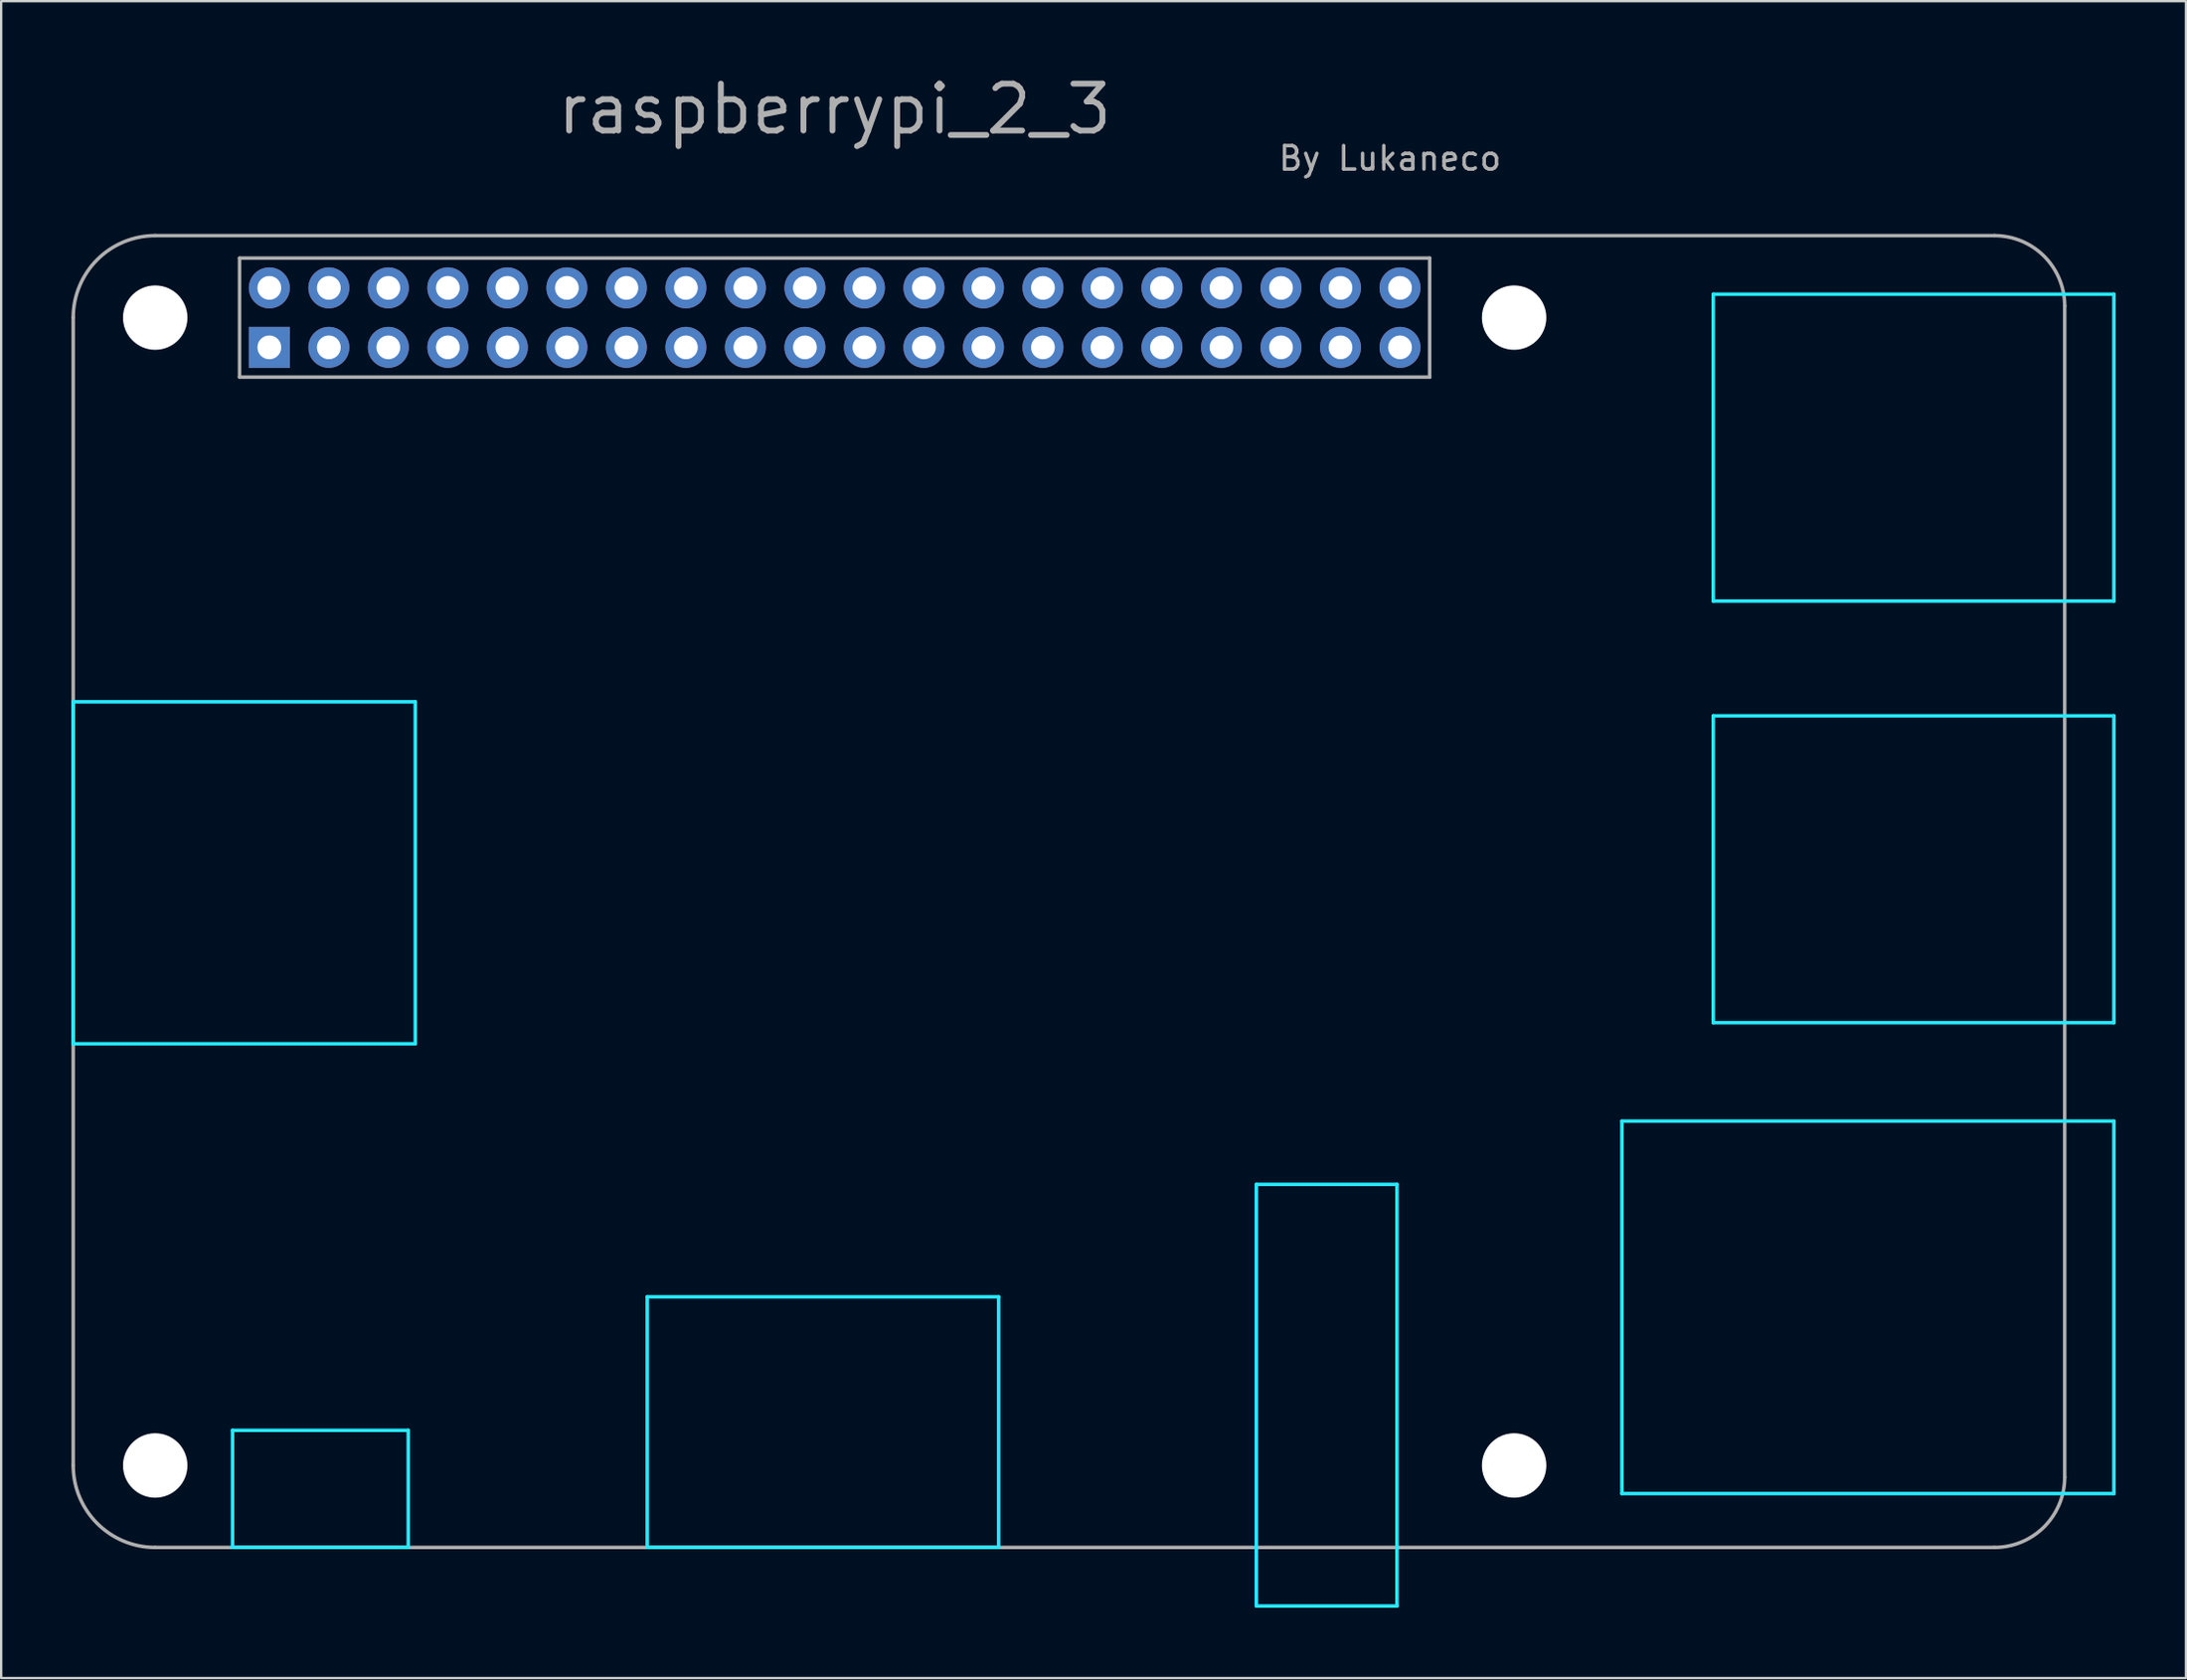
<source format=kicad_pcb>
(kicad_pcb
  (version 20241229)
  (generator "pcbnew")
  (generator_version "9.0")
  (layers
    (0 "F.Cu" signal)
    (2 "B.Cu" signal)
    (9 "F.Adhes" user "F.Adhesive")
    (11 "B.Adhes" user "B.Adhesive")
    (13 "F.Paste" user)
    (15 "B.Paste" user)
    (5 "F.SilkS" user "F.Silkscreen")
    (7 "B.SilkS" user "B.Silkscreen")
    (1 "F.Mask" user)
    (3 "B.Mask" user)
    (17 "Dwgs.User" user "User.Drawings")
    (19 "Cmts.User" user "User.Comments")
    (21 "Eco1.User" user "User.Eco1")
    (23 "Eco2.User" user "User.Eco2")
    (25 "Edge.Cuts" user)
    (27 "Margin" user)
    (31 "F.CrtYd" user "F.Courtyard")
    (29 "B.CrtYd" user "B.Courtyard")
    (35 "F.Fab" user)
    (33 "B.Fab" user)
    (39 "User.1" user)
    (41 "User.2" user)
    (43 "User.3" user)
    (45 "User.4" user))
  (footprint "raspberrypi_2_3"
    (layer "F.Cu")
    (at 32.575 10.509)
    (property "Reference" "raspberrypi_2_3" (at 0 -8.9 0) (layer "F.Fab") (effects (font (size 2 2) (thickness 0.25))))
    (attr through_hole)
    (fp_line (start -32.5 16.4) (end -32.5 31) (stroke (width 0.15) (type solid)) (layer "B.CrtYd"))
    (fp_line (start -25.7 52.5) (end -25.7 47.5) (stroke (width 0.15) (type solid)) (layer "B.CrtYd"))
    (fp_line (start -18.2 47.5) (end -25.7 47.5) (stroke (width 0.15) (type solid)) (layer "B.CrtYd"))
    (fp_line (start -18.2 52.5) (end -25.7 52.5) (stroke (width 0.15) (type solid)) (layer "B.CrtYd"))
    (fp_line (start -18.2 52.5) (end -18.2 47.5) (stroke (width 0.15) (type solid)) (layer "B.CrtYd"))
    (fp_line (start -17.9 16.4) (end -32.5 16.4) (stroke (width 0.15) (type solid)) (layer "B.CrtYd"))
    (fp_line (start -17.9 16.4) (end -17.9 31) (stroke (width 0.15) (type solid)) (layer "B.CrtYd"))
    (fp_line (start -17.9 31) (end -32.5 31) (stroke (width 0.15) (type solid)) (layer "B.CrtYd"))
    (fp_line (start -8 41.8) (end -8 52.5) (stroke (width 0.15) (type solid)) (layer "B.CrtYd"))
    (fp_line (start -8 41.8) (end 7 41.8) (stroke (width 0.15) (type solid)) (layer "B.CrtYd"))
    (fp_line (start 7 52.5) (end -8 52.5) (stroke (width 0.15) (type solid)) (layer "B.CrtYd"))
    (fp_line (start 7 52.5) (end 7 41.8) (stroke (width 0.15) (type solid)) (layer "B.CrtYd"))
    (fp_line (start 18 37) (end 18 55) (stroke (width 0.15) (type solid)) (layer "B.CrtYd"))
    (fp_line (start 18 55) (end 24 55) (stroke (width 0.15) (type solid)) (layer "B.CrtYd"))
    (fp_line (start 24 37) (end 18 37) (stroke (width 0.15) (type solid)) (layer "B.CrtYd"))
    (fp_line (start 24 55) (end 24 37) (stroke (width 0.15) (type solid)) (layer "B.CrtYd"))
    (fp_line (start 33.6 34.3) (end 54.6 34.3) (stroke (width 0.15) (type solid)) (layer "B.CrtYd"))
    (fp_line (start 33.6 50.2) (end 33.6 34.3) (stroke (width 0.15) (type solid)) (layer "B.CrtYd"))
    (fp_line (start 37.5 -1) (end 37.5 12.1) (stroke (width 0.15) (type solid)) (layer "B.CrtYd"))
    (fp_line (start 37.5 -1) (end 54.6 -1) (stroke (width 0.15) (type solid)) (layer "B.CrtYd"))
    (fp_line (start 37.5 17) (end 54.6 17) (stroke (width 0.15) (type solid)) (layer "B.CrtYd"))
    (fp_line (start 37.5 30.1) (end 37.5 17) (stroke (width 0.15) (type solid)) (layer "B.CrtYd"))
    (fp_line (start 54.6 12.1) (end 37.5 12.1) (stroke (width 0.15) (type solid)) (layer "B.CrtYd"))
    (fp_line (start 54.6 12.1) (end 54.6 -1) (stroke (width 0.15) (type solid)) (layer "B.CrtYd"))
    (fp_line (start 54.6 30.1) (end 37.5 30.1) (stroke (width 0.15) (type solid)) (layer "B.CrtYd"))
    (fp_line (start 54.6 30.1) (end 54.6 17) (stroke (width 0.15) (type solid)) (layer "B.CrtYd"))
    (fp_line (start 54.6 50.2) (end 33.6 50.2) (stroke (width 0.15) (type solid)) (layer "B.CrtYd"))
    (fp_line (start 54.6 50.2) (end 54.6 34.3) (stroke (width 0.15) (type solid)) (layer "B.CrtYd"))
    (fp_line (start -32.5 49) (end -32.5 0) (stroke (width 0.15) (type solid)) (layer "F.Fab"))
    (fp_line (start -29 52.5) (end 49.5 52.5) (stroke (width 0.15) (type solid)) (layer "F.Fab"))
    (fp_line (start -25.4 -2.54) (end -25.4 2.54) (stroke (width 0.15) (type solid)) (layer "F.Fab"))
    (fp_line (start -25.4 -2.54) (end 25.4 -2.54) (stroke (width 0.15) (type solid)) (layer "F.Fab"))
    (fp_line (start 25.395 2.54) (end 25.395 -2.54) (stroke (width 0.15) (type solid)) (layer "F.Fab"))
    (fp_line (start 25.4 2.54) (end -25.4 2.54) (stroke (width 0.15) (type solid)) (layer "F.Fab"))
    (fp_line (start 49.5 -3.5) (end -29 -3.5) (stroke (width 0.15) (type solid)) (layer "F.Fab"))
    (fp_line (start 52.5 49.5) (end 52.5 -0.5) (stroke (width 0.15) (type solid)) (layer "F.Fab"))
    (fp_arc (start -32.5 0) (mid -31.474874 -2.474874) (end -29 -3.5) (stroke (width 0.15) (type solid)) (layer "F.Fab"))
    (fp_arc (start -29 52.5) (mid -31.474874 51.474874) (end -32.5 49) (stroke (width 0.15) (type solid)) (layer "F.Fab"))
    (fp_arc (start 49.5 -3.5) (mid 51.62132 -2.62132) (end 52.5 -0.5) (stroke (width 0.15) (type solid)) (layer "F.Fab"))
    (fp_arc (start 52.5 49.5) (mid 51.62132 51.62132) (end 49.5 52.5) (stroke (width 0.15) (type solid)) (layer "F.Fab"))
    (fp_text user "By Lukaneco" (at 23.7 -6.8 0) (layer "F.Fab") (effects (font (size 1 1) (thickness 0.15))))
    (pad "" np_thru_hole circle (at -29 0) (size 2.75 2.75) (drill 2.75) (layers "*.Cu"))
    (pad "" np_thru_hole circle (at -29 49) (size 2.75 2.75) (drill 2.75) (layers "*.Cu"))
    (pad "" np_thru_hole circle (at 29 0) (size 2.75 2.75) (drill 2.75) (layers "*.Cu"))
    (pad "" np_thru_hole circle (at 29 49) (size 2.75 2.75) (drill 2.75) (layers "*.Cu"))
    (pad "1" thru_hole rect (at -24.13 1.27) (size 1.75 1.75) (drill 1.016) (layers "*.Cu" "*.Mask"))
    (pad "2" thru_hole circle (at -24.13 -1.27) (size 1.75 1.75) (drill 1.016) (layers "*.Cu" "*.Mask"))
    (pad "3" thru_hole circle (at -21.59 1.27) (size 1.75 1.75) (drill 1.016) (layers "*.Cu" "*.Mask"))
    (pad "4" thru_hole circle (at -21.59 -1.27) (size 1.75 1.75) (drill 1.016) (layers "*.Cu" "*.Mask"))
    (pad "5" thru_hole circle (at -19.05 1.27 90) (size 1.75 1.75) (drill 1.016) (layers "*.Cu" "*.Mask"))
    (pad "6" thru_hole circle (at -19.05 -1.27) (size 1.75 1.75) (drill 1.016) (layers "*.Cu" "*.Mask"))
    (pad "7" thru_hole circle (at -16.51 1.27) (size 1.75 1.75) (drill 1.016) (layers "*.Cu" "*.Mask"))
    (pad "8" thru_hole circle (at -16.51 -1.27) (size 1.75 1.75) (drill 1.016) (layers "*.Cu" "*.Mask"))
    (pad "9" thru_hole circle (at -13.97 1.27) (size 1.75 1.75) (drill 1.016) (layers "*.Cu" "*.Mask"))
    (pad "10" thru_hole circle (at -13.97 -1.27) (size 1.75 1.75) (drill 1.016) (layers "*.Cu" "*.Mask"))
    (pad "11" thru_hole circle (at -11.43 1.27) (size 1.75 1.75) (drill 1.016) (layers "*.Cu" "*.Mask"))
    (pad "12" thru_hole circle (at -11.43 -1.27) (size 1.75 1.75) (drill 1.016) (layers "*.Cu" "*.Mask"))
    (pad "13" thru_hole circle (at -8.89 1.27) (size 1.75 1.75) (drill 1.016) (layers "*.Cu" "*.Mask"))
    (pad "14" thru_hole circle (at -8.89 -1.27) (size 1.75 1.75) (drill 1.016) (layers "*.Cu" "*.Mask"))
    (pad "15" thru_hole circle (at -6.35 1.27) (size 1.75 1.75) (drill 1.016) (layers "*.Cu" "*.Mask"))
    (pad "16" thru_hole circle (at -6.35 -1.27) (size 1.75 1.75) (drill 1.016) (layers "*.Cu" "*.Mask"))
    (pad "17" thru_hole circle (at -3.81 1.27) (size 1.75 1.75) (drill 1.016) (layers "*.Cu" "*.Mask"))
    (pad "18" thru_hole circle (at -3.81 -1.27) (size 1.75 1.75) (drill 1.016) (layers "*.Cu" "*.Mask"))
    (pad "19" thru_hole circle (at -1.27 1.27) (size 1.75 1.75) (drill 1.016) (layers "*.Cu" "*.Mask"))
    (pad "20" thru_hole circle (at -1.27 -1.27) (size 1.75 1.75) (drill 1.016) (layers "*.Cu" "*.Mask"))
    (pad "21" thru_hole circle (at 1.27 1.27) (size 1.75 1.75) (drill 1.016) (layers "*.Cu" "*.Mask"))
    (pad "22" thru_hole circle (at 1.27 -1.27) (size 1.75 1.75) (drill 1.016) (layers "*.Cu" "*.Mask"))
    (pad "23" thru_hole circle (at 3.81 1.27) (size 1.75 1.75) (drill 1.016) (layers "*.Cu" "*.Mask"))
    (pad "24" thru_hole circle (at 3.81 -1.27) (size 1.75 1.75) (drill 1.016) (layers "*.Cu" "*.Mask"))
    (pad "25" thru_hole circle (at 6.35 1.27) (size 1.75 1.75) (drill 1.016) (layers "*.Cu" "*.Mask"))
    (pad "26" thru_hole circle (at 6.35 -1.27) (size 1.75 1.75) (drill 1.016) (layers "*.Cu" "*.Mask"))
    (pad "27" thru_hole circle (at 8.89 1.27) (size 1.75 1.75) (drill 1.016) (layers "*.Cu" "*.Mask"))
    (pad "28" thru_hole circle (at 8.89 -1.27) (size 1.75 1.75) (drill 1.016) (layers "*.Cu" "*.Mask"))
    (pad "29" thru_hole circle (at 11.43 1.27) (size 1.75 1.75) (drill 1.016) (layers "*.Cu" "*.Mask"))
    (pad "30" thru_hole circle (at 11.43 -1.27) (size 1.75 1.75) (drill 1.016) (layers "*.Cu" "*.Mask"))
    (pad "31" thru_hole circle (at 13.97 1.27) (size 1.75 1.75) (drill 1.016) (layers "*.Cu" "*.Mask"))
    (pad "32" thru_hole circle (at 13.97 -1.27) (size 1.75 1.75) (drill 1.016) (layers "*.Cu" "*.Mask"))
    (pad "33" thru_hole circle (at 16.51 1.27) (size 1.75 1.75) (drill 1.016) (layers "*.Cu" "*.Mask"))
    (pad "34" thru_hole circle (at 16.51 -1.27) (size 1.75 1.75) (drill 1.016) (layers "*.Cu" "*.Mask"))
    (pad "35" thru_hole circle (at 19.05 1.27) (size 1.75 1.75) (drill 1.016) (layers "*.Cu" "*.Mask"))
    (pad "36" thru_hole circle (at 19.05 -1.27) (size 1.75 1.75) (drill 1.016) (layers "*.Cu" "*.Mask"))
    (pad "37" thru_hole circle (at 21.59 1.27) (size 1.75 1.75) (drill 1.016) (layers "*.Cu" "*.Mask"))
    (pad "38" thru_hole circle (at 21.59 -1.27) (size 1.75 1.75) (drill 1.016) (layers "*.Cu" "*.Mask"))
    (pad "39" thru_hole circle (at 24.13 1.27) (size 1.75 1.75) (drill 1.016) (layers "*.Cu" "*.Mask"))
    (pad "40" thru_hole circle (at 24.13 -1.27) (size 1.75 1.75) (drill 1.016) (layers "*.Cu" "*.Mask")))
  (gr_rect
    (start -3 -3)
    (end 90.25 68.584)
    (stroke (width 0.1) (type default))
    (fill no)
    (layer "Edge.Cuts")))
</source>
